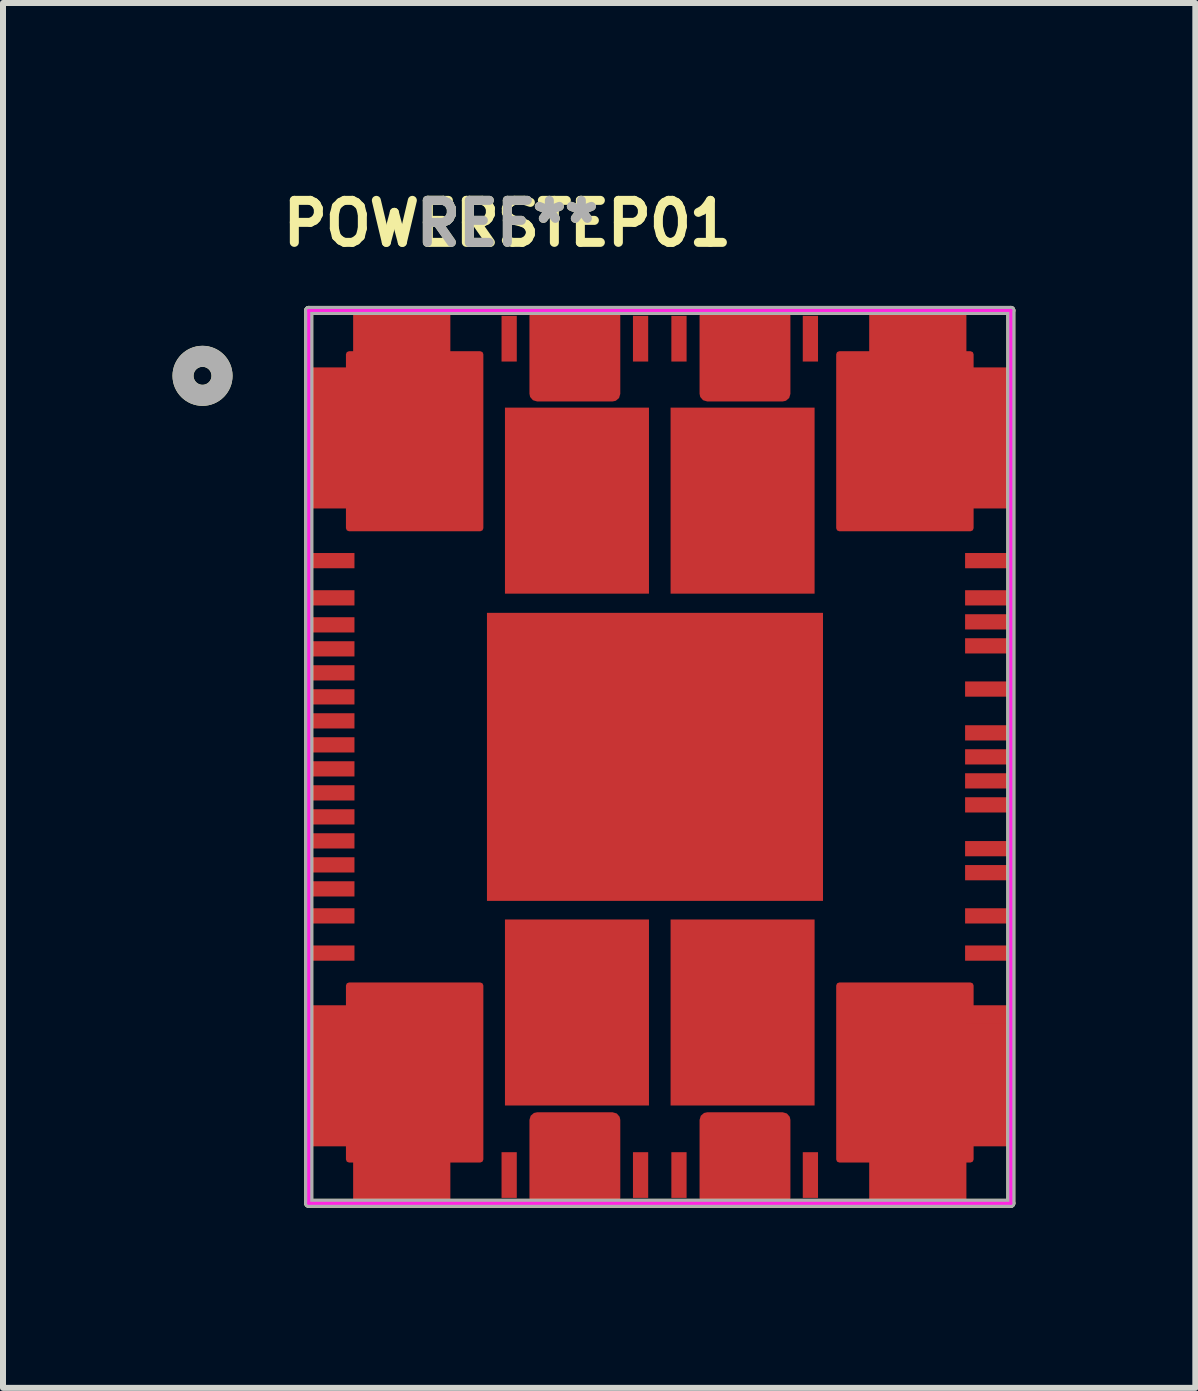
<source format=kicad_pcb>
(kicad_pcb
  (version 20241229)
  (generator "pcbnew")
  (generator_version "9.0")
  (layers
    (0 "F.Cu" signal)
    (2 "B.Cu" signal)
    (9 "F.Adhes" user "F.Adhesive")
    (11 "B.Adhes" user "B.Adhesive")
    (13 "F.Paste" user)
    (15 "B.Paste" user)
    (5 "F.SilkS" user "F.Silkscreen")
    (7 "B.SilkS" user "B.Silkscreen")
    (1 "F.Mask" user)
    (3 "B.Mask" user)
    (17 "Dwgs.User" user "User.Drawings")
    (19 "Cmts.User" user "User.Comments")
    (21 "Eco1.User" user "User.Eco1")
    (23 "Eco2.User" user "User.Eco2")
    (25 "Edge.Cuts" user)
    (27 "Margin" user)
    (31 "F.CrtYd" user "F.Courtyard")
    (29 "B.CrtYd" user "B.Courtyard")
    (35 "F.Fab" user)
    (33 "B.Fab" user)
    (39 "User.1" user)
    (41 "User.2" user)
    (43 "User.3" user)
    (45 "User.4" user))
  (footprint "POWERSTEP01"
    (layer "F.Cu")
    (at 7.945 9.563)
    (property "Reference" "POWERSTEP01" (at -2.54 -8.89 0) (layer "F.SilkS") (effects (font (size 0.7 0.7) (thickness 0.15))))
    (attr smd)
    (fp_line (start -5.85 -7.44) (end 5.85 -7.44) (stroke (width 0.15) (type solid)) (layer "F.SilkS"))
    (fp_line (start -5.85 7.44) (end -5.85 -7.44) (stroke (width 0.15) (type solid)) (layer "F.SilkS"))
    (fp_line (start -5.85 7.44) (end 5.85 7.44) (stroke (width 0.15) (type solid)) (layer "F.SilkS"))
    (fp_line (start 5.85 -7.44) (end 5.85 7.44) (stroke (width 0.15) (type solid)) (layer "F.SilkS"))
    (fp_circle (center -7.62 -6.35) (end -7.47 -6.35) (stroke (width 0.35) (type solid)) (fill no) (layer "F.SilkS"))
    (fp_line (start -5.85 -7.44) (end 5.85 -7.44) (stroke (width 0.05) (type solid)) (layer "F.CrtYd"))
    (fp_line (start -5.85 7.44) (end -5.85 -7.44) (stroke (width 0.05) (type solid)) (layer "F.CrtYd"))
    (fp_line (start -5.85 7.44) (end 5.85 7.44) (stroke (width 0.05) (type solid)) (layer "F.CrtYd"))
    (fp_line (start 5.85 -7.44) (end 5.85 7.44) (stroke (width 0.05) (type solid)) (layer "F.CrtYd"))
    (fp_line (start -5.85 -7.44) (end 5.85 -7.44) (stroke (width 0.15) (type solid)) (layer "F.Fab"))
    (fp_line (start -5.85 7.44) (end -5.85 -7.44) (stroke (width 0.15) (type solid)) (layer "F.Fab"))
    (fp_line (start -5.85 7.44) (end 5.85 7.44) (stroke (width 0.15) (type solid)) (layer "F.Fab"))
    (fp_line (start 5.85 -7.44) (end 5.85 7.44) (stroke (width 0.15) (type solid)) (layer "F.Fab"))
    (fp_circle (center -7.62 -6.35) (end -7.47 -6.35) (stroke (width 0.35) (type solid)) (fill no) (layer "F.Fab"))
    (fp_text user "REF**" (at -2.54 -8.89 0) (layer "F.SilkS") (effects (font (size 0.7 0.7) (thickness 0.15))))
    (fp_text user "REF**" (at -2.54 -8.89 0) (layer "F.Fab") (effects (font (size 0.7 0.7) (thickness 0.15))))
    (pad "1" smd custom (at -5.469 -6.313) (size 0.762 0.254) (layers "F.Cu" "F.Mask" "F.Paste") (options (anchor rect)) (primitives (gr_poly (pts (xy -0.381 -0.127) (xy 0.289 -0.127) (xy 0.289 -0.397) (xy 0.409 -0.397) (xy 0.409 -1.127) (xy 1.929 -1.127) (xy 1.929 -0.397) (xy 2.479 -0.397) (xy 2.479 2.503) (xy 0.289 2.503) (xy 0.289 2.123) (xy -0.381 2.123)) (width 0.1) (fill yes))))
    (pad "2" smd rect (at -5.469 -5.913) (size 0.762 0.254) (layers "F.Cu" "F.Mask" "F.Paste"))
    (pad "3" smd rect (at -5.469 -5.513) (size 0.762 0.254) (layers "F.Cu" "F.Mask" "F.Paste"))
    (pad "4" smd rect (at -5.469 -5.113) (size 0.762 0.254) (layers "F.Cu" "F.Mask" "F.Paste"))
    (pad "5" smd rect (at -5.469 -4.713) (size 0.762 0.254) (layers "F.Cu" "F.Mask" "F.Paste"))
    (pad "6" smd rect (at -5.469 -4.313) (size 0.762 0.254) (layers "F.Cu" "F.Mask" "F.Paste"))
    (pad "7" smd rect (at -5.469 -3.27) (size 0.762 0.254) (layers "F.Cu" "F.Mask" "F.Paste"))
    (pad "8" smd rect (at -5.469 -2.65) (size 0.762 0.254) (layers "F.Cu" "F.Mask" "F.Paste"))
    (pad "9" smd rect (at -5.469 -2.2) (size 0.762 0.254) (layers "F.Cu" "F.Mask" "F.Paste"))
    (pad "10" smd rect (at -5.469 -1.8) (size 0.762 0.254) (layers "F.Cu" "F.Mask" "F.Paste"))
    (pad "11" smd rect (at -5.469 -1.4) (size 0.762 0.254) (layers "F.Cu" "F.Mask" "F.Paste"))
    (pad "12" smd rect (at -5.469 -1) (size 0.762 0.254) (layers "F.Cu" "F.Mask" "F.Paste"))
    (pad "13" smd rect (at -5.469 -0.6) (size 0.762 0.254) (layers "F.Cu" "F.Mask" "F.Paste"))
    (pad "14" smd rect (at -5.469 -0.2) (size 0.762 0.254) (layers "F.Cu" "F.Mask" "F.Paste"))
    (pad "15" smd rect (at -5.469 0.2) (size 0.762 0.254) (layers "F.Cu" "F.Mask" "F.Paste"))
    (pad "16" smd rect (at -5.469 0.6) (size 0.762 0.254) (layers "F.Cu" "F.Mask" "F.Paste"))
    (pad "17" smd rect (at -5.469 1) (size 0.762 0.254) (layers "F.Cu" "F.Mask" "F.Paste"))
    (pad "18" smd rect (at -5.469 1.4) (size 0.762 0.254) (layers "F.Cu" "F.Mask" "F.Paste"))
    (pad "19" smd rect (at -5.469 1.8) (size 0.762 0.254) (layers "F.Cu" "F.Mask" "F.Paste" "Eco1.User"))
    (pad "20" smd rect (at -5.469 2.2) (size 0.762 0.254) (layers "F.Cu" "F.Mask" "F.Paste" "Eco1.User"))
    (pad "21" smd rect (at -5.469 2.65) (size 0.762 0.254) (layers "F.Cu" "F.Mask" "F.Paste"))
    (pad "22" smd rect (at -5.469 3.27) (size 0.762 0.254) (layers "F.Cu" "F.Mask" "F.Paste"))
    (pad "23" smd rect (at -5.469 4.313) (size 0.762 0.254) (layers "F.Cu" "F.Mask" "F.Paste"))
    (pad "24" smd rect (at -5.469 4.713) (size 0.762 0.254) (layers "F.Cu" "F.Mask" "F.Paste"))
    (pad "25" smd rect (at -5.469 5.113) (size 0.762 0.254) (layers "F.Cu" "F.Mask" "F.Paste"))
    (pad "26" smd rect (at -5.469 5.513) (size 0.762 0.254) (layers "F.Cu" "F.Mask" "F.Paste"))
    (pad "27" smd rect (at -5.469 5.913) (size 0.762 0.254) (layers "F.Cu" "F.Mask" "F.Paste"))
    (pad "28" smd custom (at -5.469 6.313) (size 0.762 0.254) (layers "F.Cu" "F.Mask" "F.Paste") (options (anchor rect)) (primitives (gr_poly (pts (xy -0.381 0.127) (xy 0.289 0.127) (xy 0.289 0.397) (xy 0.409 0.397) (xy 0.409 1.127) (xy 1.929 1.127) (xy 1.929 0.397) (xy 2.479 0.397) (xy 2.479 -2.503) (xy 0.289 -2.503) (xy 0.289 -2.123) (xy -0.381 -2.123)) (width 0.1) (fill yes))))
    (pad "29" smd rect (at -4.933 7.059) (size 0.254 0.762) (layers "F.Cu" "F.Mask" "F.Paste"))
    (pad "30" smd rect (at -4.533 7.059) (size 0.254 0.762) (layers "F.Cu" "F.Mask" "F.Paste"))
    (pad "31" smd rect (at -4.133 7.059) (size 0.254 0.762) (layers "F.Cu" "F.Mask" "F.Paste"))
    (pad "32" smd rect (at -3.733 7.059) (size 0.254 0.762) (layers "F.Cu" "F.Mask" "F.Paste"))
    (pad "33" smd rect (at -2.51 6.969) (size 0.254 0.762) (layers "F.Cu" "F.Mask" "F.Paste"))
    (pad "34" smd custom (at -1.918 6.969) (size 0.254 0.762) (layers "F.Cu" "F.Mask" "F.Paste") (options (anchor rect)) (primitives (gr_poly (pts (xy -0.127 0.381) (xy 1.133 0.381) (xy 1.133 -0.919) (xy -0.127 -0.919)) (width 0.254) (fill yes))))
    (pad "35" smd rect (at -1.518 6.969) (size 0.254 0.762) (layers "F.Cu" "F.Mask" "F.Paste"))
    (pad "36" smd rect (at -1.118 6.969) (size 0.254 0.762) (layers "F.Cu" "F.Mask" "F.Paste"))
    (pad "37" smd rect (at -0.32 6.969) (size 0.254 0.762) (layers "F.Cu" "F.Mask" "F.Paste"))
    (pad "38" smd rect (at 0.32 6.969) (size 0.254 0.762) (layers "F.Cu" "F.Mask" "F.Paste"))
    (pad "39" smd custom (at 0.917 6.969) (size 0.254 0.762) (layers "F.Cu" "F.Mask" "F.Paste") (options (anchor rect)) (primitives (gr_poly (pts (xy -0.127 0.381) (xy 1.133 0.381) (xy 1.133 -0.919) (xy -0.127 -0.919)) (width 0.254) (fill yes))))
    (pad "40" smd rect (at 1.317 6.969) (size 0.254 0.762) (layers "F.Cu" "F.Mask" "F.Paste"))
    (pad "41" smd rect (at 1.717 6.969) (size 0.254 0.762) (layers "F.Cu" "F.Mask" "F.Paste"))
    (pad "42" smd rect (at 2.51 6.969) (size 0.254 0.762) (layers "F.Cu" "F.Mask" "F.Paste"))
    (pad "43" smd rect (at 3.733 7.091) (size 0.254 0.762) (layers "F.Cu" "F.Mask" "F.Paste"))
    (pad "44" smd rect (at 4.133 7.091) (size 0.254 0.762) (layers "F.Cu" "F.Mask" "F.Paste"))
    (pad "45" smd rect (at 4.533 7.091) (size 0.254 0.762) (layers "F.Cu" "F.Mask" "F.Paste"))
    (pad "46" smd rect (at 4.933 7.091) (size 0.254 0.762) (layers "F.Cu" "F.Mask" "F.Paste"))
    (pad "47" smd custom (at 5.469 6.313 180) (size 0.762 0.254) (layers "F.Cu" "F.Mask" "F.Paste") (options (anchor rect)) (primitives (gr_poly (pts (xy -0.381 -0.127) (xy 0.289 -0.127) (xy 0.289 -0.397) (xy 0.409 -0.397) (xy 0.409 -1.127) (xy 1.929 -1.127) (xy 1.929 -0.397) (xy 2.479 -0.397) (xy 2.479 2.503) (xy 0.289 2.503) (xy 0.289 2.123) (xy -0.381 2.123)) (width 0.1) (fill yes))))
    (pad "48" smd rect (at 5.469 5.913 180) (size 0.762 0.254) (layers "F.Cu" "F.Mask" "F.Paste"))
    (pad "49" smd rect (at 5.469 5.513 180) (size 0.762 0.254) (layers "F.Cu" "F.Mask" "F.Paste"))
    (pad "50" smd rect (at 5.469 5.113 180) (size 0.762 0.254) (layers "F.Cu" "F.Mask" "F.Paste"))
    (pad "51" smd rect (at 5.469 4.713 180) (size 0.762 0.254) (layers "F.Cu" "F.Mask" "F.Paste"))
    (pad "52" smd rect (at 5.469 4.313 180) (size 0.762 0.254) (layers "F.Cu" "F.Mask" "F.Paste"))
    (pad "53" smd rect (at 5.469 3.27) (size 0.762 0.254) (layers "F.Cu" "F.Mask" "F.Paste"))
    (pad "54" smd rect (at 5.469 2.65) (size 0.762 0.254) (layers "F.Cu" "F.Mask" "F.Paste"))
    (pad "55" smd rect (at 5.469 1.93) (size 0.762 0.254) (layers "F.Cu" "F.Mask" "F.Paste"))
    (pad "56" smd rect (at 5.469 1.53) (size 0.762 0.254) (layers "F.Cu" "F.Mask" "F.Paste"))
    (pad "57" smd rect (at 5.469 0.8) (size 0.762 0.254) (layers "F.Cu" "F.Mask" "F.Paste"))
    (pad "58" smd rect (at 5.469 0.4) (size 0.762 0.254) (layers "F.Cu" "F.Mask" "F.Paste"))
    (pad "59" smd rect (at 5.469 0) (size 0.762 0.254) (layers "F.Cu" "F.Mask" "F.Paste"))
    (pad "60" smd rect (at 5.469 -0.4) (size 0.762 0.254) (layers "F.Cu" "F.Mask" "F.Paste"))
    (pad "61" smd rect (at 5.469 -1.13) (size 0.762 0.254) (layers "F.Cu" "F.Mask" "F.Paste"))
    (pad "62" smd rect (at 5.469 -1.85) (size 0.762 0.254) (layers "F.Cu" "F.Mask" "F.Paste"))
    (pad "63" smd rect (at 5.469 -2.25) (size 0.762 0.254) (layers "F.Cu" "F.Mask" "F.Paste"))
    (pad "64" smd rect (at 5.469 -2.65) (size 0.762 0.254) (layers "F.Cu" "F.Mask" "F.Paste"))
    (pad "65" smd rect (at 5.469 -3.27) (size 0.762 0.254) (layers "F.Cu" "F.Mask" "F.Paste"))
    (pad "66" smd rect (at 5.469 -4.313 180) (size 0.762 0.254) (layers "F.Cu" "F.Mask" "F.Paste"))
    (pad "67" smd rect (at 5.469 -4.713 180) (size 0.762 0.254) (layers "F.Cu" "F.Mask" "F.Paste"))
    (pad "68" smd rect (at 5.469 -5.113 180) (size 0.762 0.254) (layers "F.Cu" "F.Mask" "F.Paste"))
    (pad "69" smd rect (at 5.469 -5.513 180) (size 0.762 0.254) (layers "F.Cu" "F.Mask" "F.Paste"))
    (pad "70" smd rect (at 5.469 -5.913 180) (size 0.762 0.254) (layers "F.Cu" "F.Mask" "F.Paste"))
    (pad "71" smd custom (at 5.469 -6.313 180) (size 0.762 0.254) (layers "F.Cu" "F.Mask" "F.Paste") (options (anchor rect)) (primitives (gr_poly (pts (xy -0.381 0.127) (xy 0.289 0.127) (xy 0.289 0.397) (xy 0.409 0.397) (xy 0.409 1.127) (xy 1.929 1.127) (xy 1.929 0.397) (xy 2.479 0.397) (xy 2.479 -2.503) (xy 0.289 -2.503) (xy 0.289 -2.123) (xy -0.381 -2.123)) (width 0.1) (fill yes))))
    (pad "72" smd rect (at 4.933 -7.059) (size 0.254 0.762) (layers "F.Cu" "F.Mask" "F.Paste"))
    (pad "73" smd rect (at 4.533 -7.059) (size 0.254 0.762) (layers "F.Cu" "F.Mask" "F.Paste"))
    (pad "74" smd rect (at 4.133 -7.059) (size 0.254 0.762) (layers "F.Cu" "F.Mask" "F.Paste"))
    (pad "75" smd rect (at 3.733 -7.059) (size 0.254 0.762) (layers "F.Cu" "F.Mask" "F.Paste"))
    (pad "76" smd rect (at 2.51 -6.969) (size 0.254 0.762) (layers "F.Cu" "F.Mask" "F.Paste"))
    (pad "77" smd rect (at 1.717 -6.969) (size 0.254 0.762) (layers "F.Cu" "F.Mask" "F.Paste"))
    (pad "78" smd rect (at 1.317 -6.969) (size 0.254 0.762) (layers "F.Cu" "F.Mask" "F.Paste"))
    (pad "79" smd custom (at 0.917 -6.969) (size 0.254 0.762) (layers "F.Cu" "F.Mask" "F.Paste") (options (anchor rect)) (primitives (gr_poly (pts (xy -0.127 -0.381) (xy 1.133 -0.381) (xy 1.133 0.919) (xy -0.127 0.919)) (width 0.254) (fill yes))))
    (pad "80" smd rect (at 0.32 -6.969) (size 0.254 0.762) (layers "F.Cu" "F.Mask" "F.Paste"))
    (pad "81" smd rect (at -0.32 -6.969) (size 0.254 0.762) (layers "F.Cu" "F.Mask" "F.Paste"))
    (pad "82" smd rect (at -1.118 -6.969) (size 0.254 0.762) (layers "F.Cu" "F.Mask" "F.Paste"))
    (pad "83" smd rect (at -1.518 -6.969) (size 0.254 0.762) (layers "F.Cu" "F.Mask" "F.Paste"))
    (pad "84" smd custom (at -1.918 -6.969) (size 0.254 0.762) (layers "F.Cu" "F.Mask" "F.Paste") (options (anchor rect)) (primitives (gr_poly (pts (xy -0.127 -0.381) (xy 1.133 -0.381) (xy 1.133 0.919) (xy -0.127 0.919)) (width 0.254) (fill yes))))
    (pad "85" smd rect (at -2.51 -6.969) (size 0.254 0.762) (layers "F.Cu" "F.Mask" "F.Paste"))
    (pad "86" smd rect (at -3.733 -7.059) (size 0.254 0.762) (layers "F.Cu" "F.Mask" "F.Paste"))
    (pad "87" smd rect (at -4.133 -7.059) (size 0.254 0.762) (layers "F.Cu" "F.Mask" "F.Paste"))
    (pad "88" smd rect (at -4.533 -7.059) (size 0.254 0.762) (layers "F.Cu" "F.Mask" "F.Paste"))
    (pad "89" smd rect (at -4.933 -7.059) (size 0.254 0.762) (layers "F.Cu" "F.Mask" "F.Paste"))
    (pad "GND" smd rect (at -1.38 -4.27) (size 2.4 3.1) (layers "F.Cu" "F.Mask" "F.Paste"))
    (pad "GND" smd rect (at -1.38 4.26) (size 2.4 3.1) (layers "F.Cu" "F.Mask" "F.Paste"))
    (pad "GND" smd rect (at -0.08 0) (size 5.6 4.8) (layers "F.Cu" "F.Mask" "F.Paste"))
    (pad "GND" smd rect (at 1.38 -4.27) (size 2.4 3.1) (layers "F.Cu" "F.Mask" "F.Paste"))
    (pad "GND" smd rect (at 1.38 4.26) (size 2.4 3.1) (layers "F.Cu" "F.Mask" "F.Paste")))
  (gr_rect
    (start -3 -3)
    (end 16.87 20.078)
    (stroke (width 0.1) (type default))
    (fill no)
    (layer "Edge.Cuts")))
</source>
